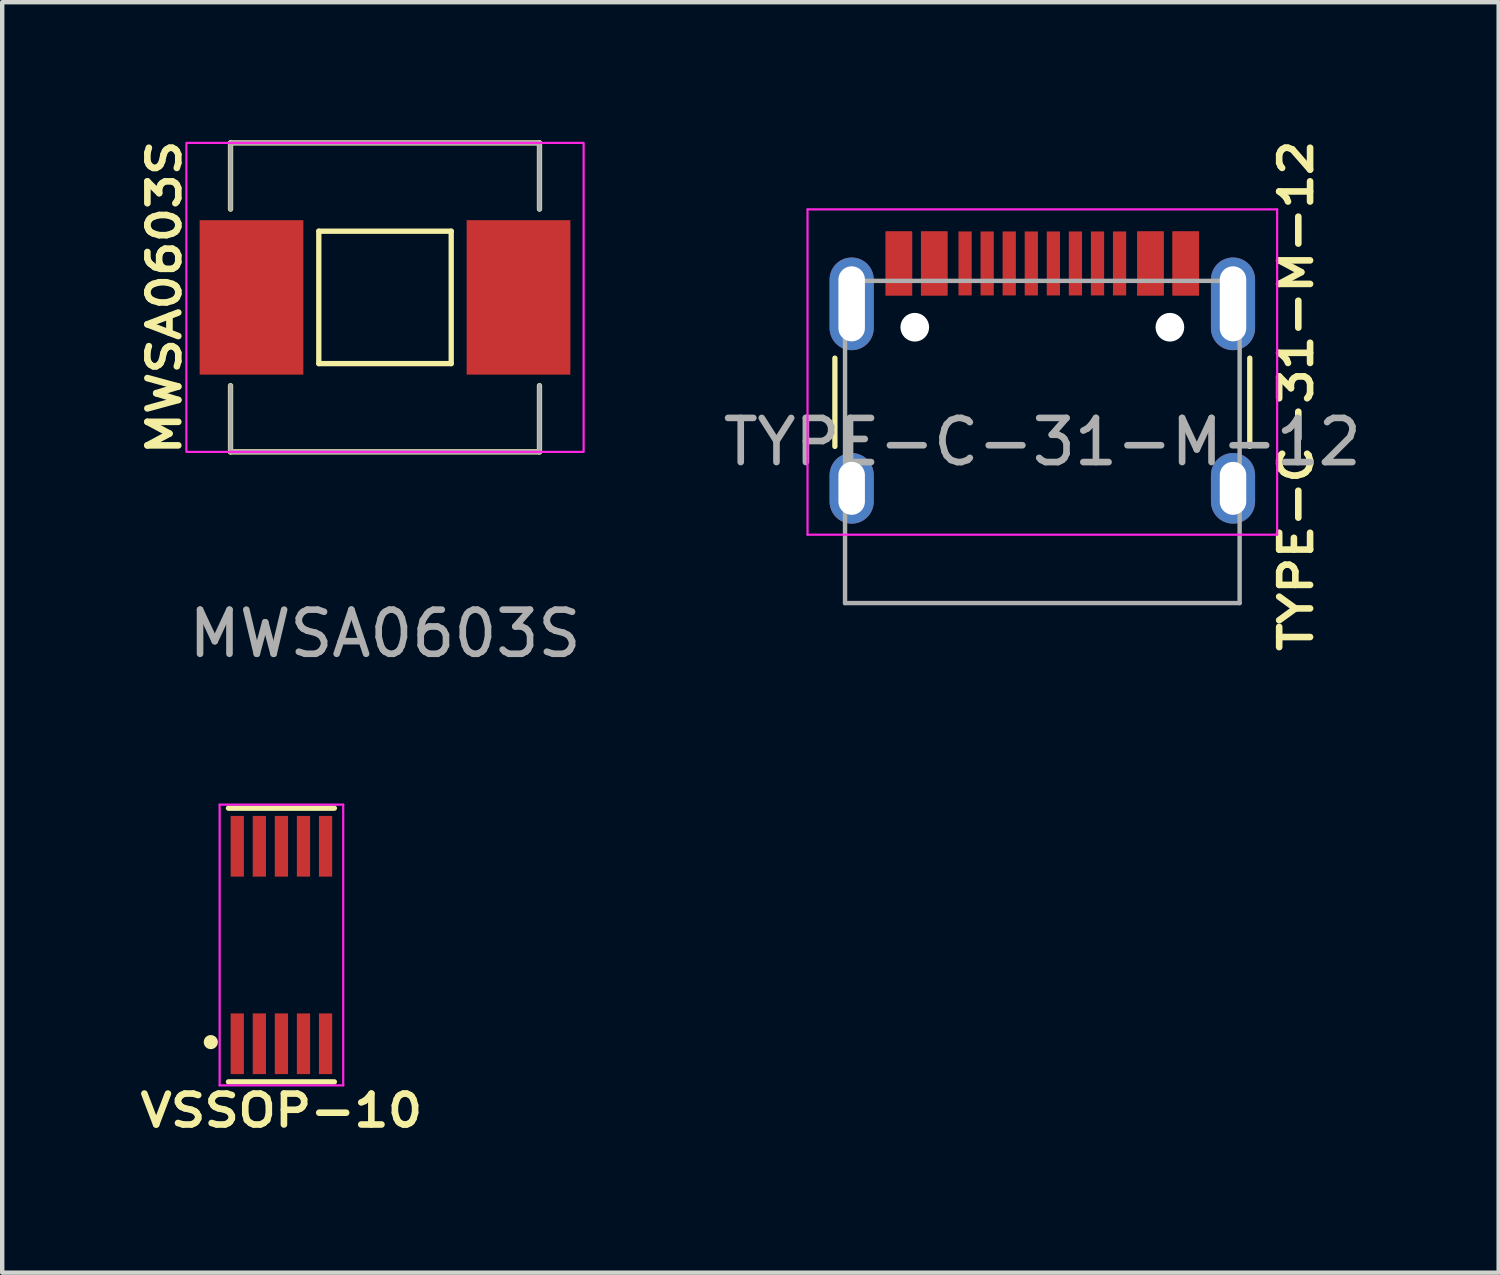
<source format=kicad_pcb>
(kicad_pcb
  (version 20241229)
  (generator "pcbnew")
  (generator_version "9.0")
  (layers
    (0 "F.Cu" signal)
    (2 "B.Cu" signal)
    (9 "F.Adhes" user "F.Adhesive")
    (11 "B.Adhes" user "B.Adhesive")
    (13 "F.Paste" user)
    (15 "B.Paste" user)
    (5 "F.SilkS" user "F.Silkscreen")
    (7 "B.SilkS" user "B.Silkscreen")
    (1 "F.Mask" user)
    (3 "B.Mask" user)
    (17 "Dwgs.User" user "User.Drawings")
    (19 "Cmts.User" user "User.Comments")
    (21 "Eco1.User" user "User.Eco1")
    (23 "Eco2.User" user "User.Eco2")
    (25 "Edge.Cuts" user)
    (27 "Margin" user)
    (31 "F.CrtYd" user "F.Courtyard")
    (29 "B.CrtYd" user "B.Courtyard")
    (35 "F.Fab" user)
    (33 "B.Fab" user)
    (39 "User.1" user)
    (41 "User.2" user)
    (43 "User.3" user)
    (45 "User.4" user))
  (footprint "VSSOP-10"
    (layer "F.Cu")
    (at 3.326 18.361)
    (property "Reference" "VSSOP-10" (at 0 3.75 0) (layer "F.SilkS") (effects (font (size 0.7 0.8) (thickness 0.15))))
    (attr smd)
    (fp_line (start -1.2 -3.1) (end 1.2 -3.1) (stroke (width 0.12) (type default)) (layer "F.SilkS"))
    (fp_line (start -1.2 3.1) (end 1.2 3.1) (stroke (width 0.12) (type default)) (layer "F.SilkS"))
    (fp_circle (center -1.6 2.2) (end -1.5 2.2) (stroke (width 0.12) (type solid)) (fill yes) (layer "F.SilkS"))
    (fp_line (start -1.4 -3.18) (end 1.4 -3.18) (stroke (width 0.05) (type solid)) (layer "F.CrtYd"))
    (fp_line (start -1.4 3.18) (end -1.4 -3.18) (stroke (width 0.05) (type solid)) (layer "F.CrtYd"))
    (fp_line (start 1.4 -3.18) (end 1.4 3.18) (stroke (width 0.05) (type solid)) (layer "F.CrtYd"))
    (fp_line (start 1.4 3.18) (end -1.4 3.18) (stroke (width 0.05) (type solid)) (layer "F.CrtYd"))
    (pad "1" smd rect (at -1 2.237) (size 0.3 1.375) (layers "F.Cu" "F.Mask" "F.Paste"))
    (pad "2" smd rect (at -0.5 2.237) (size 0.3 1.375) (layers "F.Cu" "F.Mask" "F.Paste"))
    (pad "3" smd rect (at 0 2.237) (size 0.3 1.375) (layers "F.Cu" "F.Mask" "F.Paste"))
    (pad "4" smd rect (at 0.5 2.237) (size 0.3 1.375) (layers "F.Cu" "F.Mask" "F.Paste"))
    (pad "5" smd rect (at 1 2.237) (size 0.3 1.375) (layers "F.Cu" "F.Mask" "F.Paste"))
    (pad "6" smd rect (at 1 -2.237) (size 0.3 1.375) (layers "F.Cu" "F.Mask" "F.Paste"))
    (pad "7" smd rect (at 0.5 -2.237) (size 0.3 1.375) (layers "F.Cu" "F.Mask" "F.Paste"))
    (pad "8" smd rect (at 0 -2.237) (size 0.3 1.375) (layers "F.Cu" "F.Mask" "F.Paste"))
    (pad "9" smd rect (at -0.5 -2.237) (size 0.3 1.375) (layers "F.Cu" "F.Mask" "F.Paste"))
    (pad "10" smd rect (at -1 -2.237) (size 0.3 1.375) (layers "F.Cu" "F.Mask" "F.Paste")))
  (footprint "TYPE-C-31-M-12"
    (layer "F.Cu")
    (at 20.566 6.964)
    (property "Reference" "TYPE-C-31-M-12" (at 5.75 -1.048 90) (layer "F.SilkS") (effects (font (size 0.7 0.8) (thickness 0.15))))
    (attr through_hole)
    (fp_line (start -4.7 -1.9) (end -4.7 0.1) (stroke (width 0.12) (type solid)) (layer "F.SilkS"))
    (fp_line (start 4.7 -1.9) (end 4.7 0.1) (stroke (width 0.12) (type solid)) (layer "F.SilkS"))
    (fp_line (start -5.32 -5.27) (end -5.32 2.1) (stroke (width 0.05) (type solid)) (layer "F.CrtYd"))
    (fp_line (start -5.32 -5.27) (end 5.32 -5.27) (stroke (width 0.05) (type solid)) (layer "F.CrtYd"))
    (fp_line (start -5.32 2.1) (end 5.32 2.1) (stroke (width 0.05) (type solid)) (layer "F.CrtYd"))
    (fp_line (start 5.32 -5.27) (end 5.32 2.1) (stroke (width 0.05) (type solid)) (layer "F.CrtYd"))
    (fp_line (start -4.47 -3.65) (end -4.47 3.65) (stroke (width 0.1) (type solid)) (layer "F.Fab"))
    (fp_line (start -4.47 -3.65) (end 4.47 -3.65) (stroke (width 0.1) (type solid)) (layer "F.Fab"))
    (fp_line (start -4.47 3.65) (end 4.47 3.65) (stroke (width 0.1) (type solid)) (layer "F.Fab"))
    (fp_line (start 4.47 -3.65) (end 4.47 3.65) (stroke (width 0.1) (type solid)) (layer "F.Fab"))
    (fp_text user "${REFERENCE}" (at 0 0 0) (layer "F.Fab") (effects (font (size 1 1) (thickness 0.15))))
    (pad "" np_thru_hole circle (at -2.89 -2.6) (size 0.65 0.65) (drill 0.65) (layers "*.Cu" "*.Mask"))
    (pad "" np_thru_hole circle (at 2.89 -2.6) (size 0.65 0.65) (drill 0.65) (layers "*.Cu" "*.Mask"))
    (pad "A1" smd rect (at -3.25 -4.045) (size 0.6 1.45) (layers "F.Cu" "F.Mask" "F.Paste"))
    (pad "A4" smd rect (at -2.45 -4.045) (size 0.6 1.45) (layers "F.Cu" "F.Mask" "F.Paste"))
    (pad "A5" smd rect (at -1.25 -4.045) (size 0.3 1.45) (layers "F.Cu" "F.Mask" "F.Paste"))
    (pad "A6" smd rect (at -0.25 -4.045) (size 0.3 1.45) (layers "F.Cu" "F.Mask" "F.Paste"))
    (pad "A7" smd rect (at 0.25 -4.045) (size 0.3 1.45) (layers "F.Cu" "F.Mask" "F.Paste"))
    (pad "A8" smd rect (at 1.25 -4.045) (size 0.3 1.45) (layers "F.Cu" "F.Mask" "F.Paste"))
    (pad "A9" smd rect (at 2.45 -4.045) (size 0.6 1.45) (layers "F.Cu" "F.Mask" "F.Paste"))
    (pad "A12" smd rect (at 3.25 -4.045) (size 0.6 1.45) (layers "F.Cu" "F.Mask" "F.Paste"))
    (pad "B1" smd rect (at 3.25 -4.045) (size 0.6 1.45) (layers "F.Cu" "F.Mask" "F.Paste"))
    (pad "B4" smd rect (at 2.45 -4.045) (size 0.6 1.45) (layers "F.Cu" "F.Mask" "F.Paste"))
    (pad "B5" smd rect (at 1.75 -4.045) (size 0.3 1.45) (layers "F.Cu" "F.Mask" "F.Paste"))
    (pad "B6" smd rect (at 0.75 -4.045) (size 0.3 1.45) (layers "F.Cu" "F.Mask" "F.Paste"))
    (pad "B7" smd rect (at -0.75 -4.045) (size 0.3 1.45) (layers "F.Cu" "F.Mask" "F.Paste"))
    (pad "B8" smd rect (at -1.75 -4.045) (size 0.3 1.45) (layers "F.Cu" "F.Mask" "F.Paste"))
    (pad "B9" smd rect (at -2.45 -4.045) (size 0.6 1.45) (layers "F.Cu" "F.Mask" "F.Paste"))
    (pad "B12" smd rect (at -3.25 -4.045) (size 0.6 1.45) (layers "F.Cu" "F.Mask" "F.Paste"))
    (pad "S1" thru_hole oval (at -4.32 -3.13) (size 1 2.1) (drill oval 0.6 1.7) (layers "*.Cu" "*.Mask"))
    (pad "S1" thru_hole oval (at -4.32 1.05) (size 1 1.6) (drill oval 0.6 1.2) (layers "*.Cu" "*.Mask"))
    (pad "S1" thru_hole oval (at 4.32 -3.13) (size 1 2.1) (drill oval 0.6 1.7) (layers "*.Cu" "*.Mask"))
    (pad "S1" thru_hole oval (at 4.32 1.05) (size 1 1.6) (drill oval 0.6 1.2) (layers "*.Cu" "*.Mask")))
  (footprint "MWSA0603S"
    (layer "F.Cu")
    (at 5.673 3.688)
    (property "Reference" "MWSA0603S" (at -5 0 90) (unlocked yes) (layer "F.SilkS") (effects (font (size 0.7 0.8) (thickness 0.15))))
    (attr smd)
    (fp_line (start -3.5 -3.5) (end 3.5 -3.5) (stroke (width 0.12) (type solid)) (layer "F.SilkS"))
    (fp_line (start -3.5 -2) (end -3.5 -3.5) (stroke (width 0.12) (type solid)) (layer "F.SilkS"))
    (fp_line (start -3.5 2) (end -3.5 3.5) (stroke (width 0.12) (type solid)) (layer "F.SilkS"))
    (fp_line (start -3.5 3.5) (end 3.5 3.5) (stroke (width 0.12) (type solid)) (layer "F.SilkS"))
    (fp_line (start -1.5 -1.5) (end -1.5 1.5) (stroke (width 0.12) (type solid)) (layer "F.SilkS"))
    (fp_line (start -1.5 1.5) (end 1.5 1.5) (stroke (width 0.12) (type solid)) (layer "F.SilkS"))
    (fp_line (start 1.5 -1.5) (end -1.5 -1.5) (stroke (width 0.12) (type solid)) (layer "F.SilkS"))
    (fp_line (start 1.5 1.5) (end 1.5 -1.5) (stroke (width 0.12) (type solid)) (layer "F.SilkS"))
    (fp_line (start 3.5 -3.5) (end 3.5 -2) (stroke (width 0.12) (type solid)) (layer "F.SilkS"))
    (fp_line (start 3.5 3.5) (end 3.5 2) (stroke (width 0.12) (type solid)) (layer "F.SilkS"))
    (fp_rect (start -4.5 -3.5) (end 4.5 3.5) (stroke (width 0.05) (type solid)) (fill no) (layer "F.CrtYd"))
    (fp_line (start -3.5 -3.5) (end 3.5 -3.5) (stroke (width 0.1) (type solid)) (layer "F.Fab"))
    (fp_line (start -3.5 -2) (end -3.5 -3.5) (stroke (width 0.1) (type solid)) (layer "F.Fab"))
    (fp_line (start -3.5 2) (end -3.5 3.5) (stroke (width 0.1) (type solid)) (layer "F.Fab"))
    (fp_line (start -3.5 3.5) (end 3.5 3.5) (stroke (width 0.1) (type solid)) (layer "F.Fab"))
    (fp_line (start 3.5 -3.5) (end 3.5 -2) (stroke (width 0.1) (type solid)) (layer "F.Fab"))
    (fp_line (start 3.5 3.5) (end 3.5 2) (stroke (width 0.1) (type solid)) (layer "F.Fab"))
    (fp_text user "${REFERENCE}" (at 0 7.62 0) (unlocked yes) (layer "F.Fab") (effects (font (size 1 1) (thickness 0.15))))
    (pad "1" smd rect (at -3.025 0) (size 2.35 3.5) (layers "F.Cu" "F.Mask" "F.Paste"))
    (pad "2" smd rect (at 3.025 0) (size 2.35 3.5) (layers "F.Cu" "F.Mask" "F.Paste")))
  (gr_rect
    (start -3 -3)
    (end 30.905 25.784)
    (stroke (width 0.1) (type default))
    (fill no)
    (layer "Edge.Cuts")))
</source>
